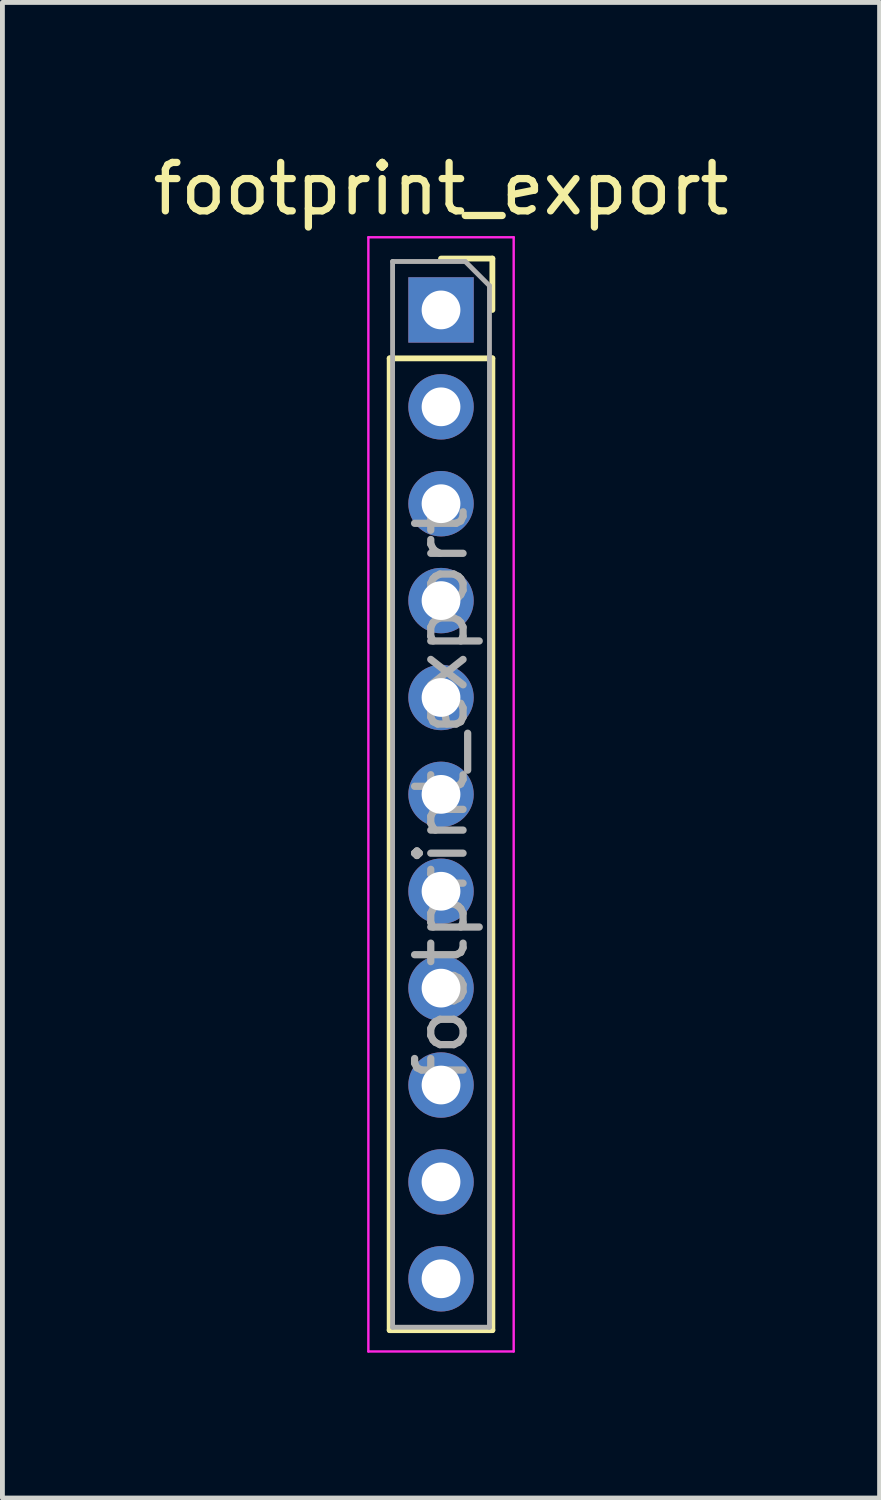
<source format=kicad_pcb>
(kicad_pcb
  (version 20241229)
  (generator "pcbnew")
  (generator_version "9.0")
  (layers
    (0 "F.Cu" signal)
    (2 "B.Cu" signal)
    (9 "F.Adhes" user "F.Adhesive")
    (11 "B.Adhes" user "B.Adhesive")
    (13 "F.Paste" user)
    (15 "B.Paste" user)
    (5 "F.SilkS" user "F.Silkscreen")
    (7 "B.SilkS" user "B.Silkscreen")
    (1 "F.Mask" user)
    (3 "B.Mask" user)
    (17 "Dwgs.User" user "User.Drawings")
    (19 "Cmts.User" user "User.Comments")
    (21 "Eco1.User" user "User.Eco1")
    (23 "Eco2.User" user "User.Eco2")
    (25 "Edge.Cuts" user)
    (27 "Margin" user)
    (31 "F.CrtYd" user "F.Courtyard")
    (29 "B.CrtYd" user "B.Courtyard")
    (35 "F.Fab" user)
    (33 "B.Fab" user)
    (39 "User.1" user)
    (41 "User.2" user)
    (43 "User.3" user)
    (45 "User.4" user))
  (footprint "footprint_export"
    (layer "F.Cu")
    (at 6.054 3.348)
    (property "Reference" "footprint_export" (at 0 -2.5 0) (layer "F.SilkS") (effects (font (size 1 1) (thickness 0.15))))
    (attr through_hole)
    (fp_line (start -1.06 1) (end -1.06 21.06) (stroke (width 0.12) (type solid)) (layer "F.SilkS"))
    (fp_line (start -1.06 1) (end 1.06 1) (stroke (width 0.12) (type solid)) (layer "F.SilkS"))
    (fp_line (start -1.06 21.06) (end 1.06 21.06) (stroke (width 0.12) (type solid)) (layer "F.SilkS"))
    (fp_line (start 0 -1.06) (end 1.06 -1.06) (stroke (width 0.12) (type solid)) (layer "F.SilkS"))
    (fp_line (start 1.06 -1.06) (end 1.06 0) (stroke (width 0.12) (type solid)) (layer "F.SilkS"))
    (fp_line (start 1.06 1) (end 1.06 21.06) (stroke (width 0.12) (type solid)) (layer "F.SilkS"))
    (fp_line (start -1.5 -1.5) (end 1.5 -1.5) (stroke (width 0.05) (type solid)) (layer "F.CrtYd"))
    (fp_line (start -1.5 21.5) (end -1.5 -1.5) (stroke (width 0.05) (type solid)) (layer "F.CrtYd"))
    (fp_line (start 1.5 -1.5) (end 1.5 21.5) (stroke (width 0.05) (type solid)) (layer "F.CrtYd"))
    (fp_line (start 1.5 21.5) (end -1.5 21.5) (stroke (width 0.05) (type solid)) (layer "F.CrtYd"))
    (fp_line (start -1 -1) (end 0.5 -1) (stroke (width 0.1) (type solid)) (layer "F.Fab"))
    (fp_line (start -1 21) (end -1 -1) (stroke (width 0.1) (type solid)) (layer "F.Fab"))
    (fp_line (start 0.5 -1) (end 1 -0.5) (stroke (width 0.1) (type solid)) (layer "F.Fab"))
    (fp_line (start 1 -0.5) (end 1 21) (stroke (width 0.1) (type solid)) (layer "F.Fab"))
    (fp_line (start 1 21) (end -1 21) (stroke (width 0.1) (type solid)) (layer "F.Fab"))
    (fp_text user "${REFERENCE}" (at 0 10 90) (layer "F.Fab") (effects (font (size 1 1) (thickness 0.15))))
    (pad "1" thru_hole rect (at 0 0) (size 1.35 1.35) (drill 0.8) (layers "*.Cu" "*.Mask"))
    (pad "2" thru_hole oval (at 0 2) (size 1.35 1.35) (drill 0.8) (layers "*.Cu" "*.Mask"))
    (pad "3" thru_hole oval (at 0 4) (size 1.35 1.35) (drill 0.8) (layers "*.Cu" "*.Mask"))
    (pad "4" thru_hole oval (at 0 6) (size 1.35 1.35) (drill 0.8) (layers "*.Cu" "*.Mask"))
    (pad "5" thru_hole oval (at 0 8) (size 1.35 1.35) (drill 0.8) (layers "*.Cu" "*.Mask"))
    (pad "6" thru_hole oval (at 0 10) (size 1.35 1.35) (drill 0.8) (layers "*.Cu" "*.Mask"))
    (pad "7" thru_hole oval (at 0 12) (size 1.35 1.35) (drill 0.8) (layers "*.Cu" "*.Mask"))
    (pad "8" thru_hole oval (at 0 14) (size 1.35 1.35) (drill 0.8) (layers "*.Cu" "*.Mask"))
    (pad "9" thru_hole oval (at 0 16) (size 1.35 1.35) (drill 0.8) (layers "*.Cu" "*.Mask"))
    (pad "10" thru_hole oval (at 0 18) (size 1.35 1.35) (drill 0.8) (layers "*.Cu" "*.Mask"))
    (pad "11" thru_hole oval (at 0 20) (size 1.35 1.35) (drill 0.8) (layers "*.Cu" "*.Mask")))
  (gr_rect
    (start -3 -3)
    (end 15.107 27.873)
    (stroke (width 0.1) (type default))
    (fill no)
    (layer "Edge.Cuts")))
</source>
